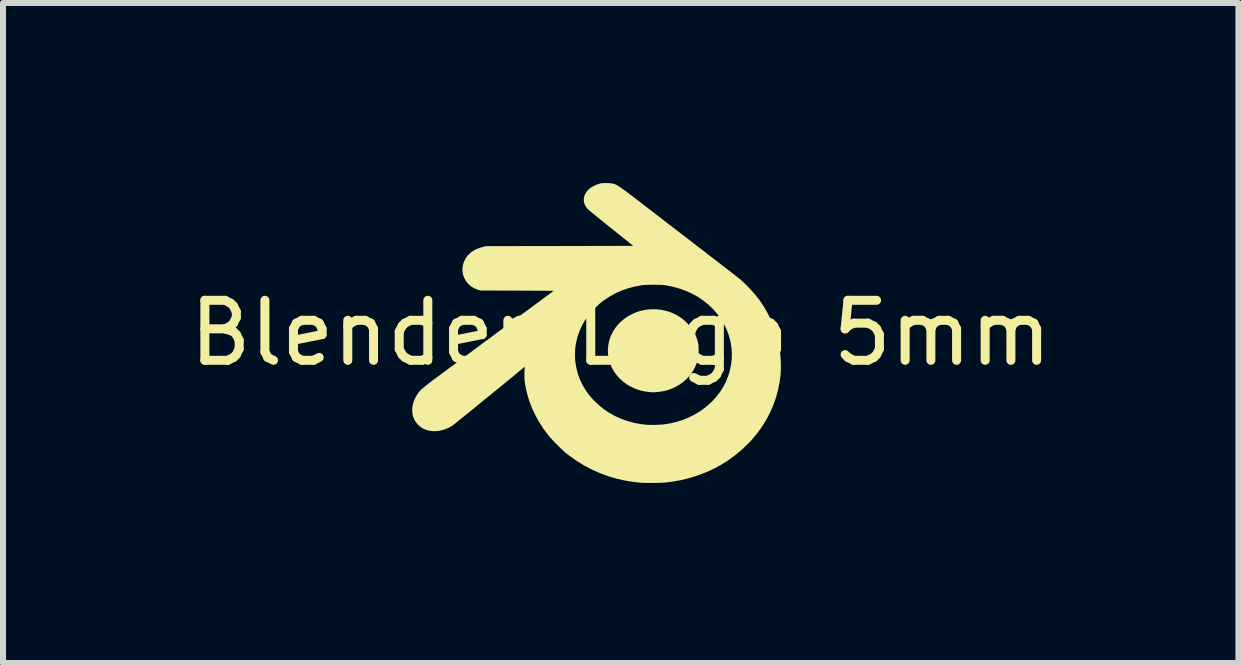
<source format=kicad_pcb>
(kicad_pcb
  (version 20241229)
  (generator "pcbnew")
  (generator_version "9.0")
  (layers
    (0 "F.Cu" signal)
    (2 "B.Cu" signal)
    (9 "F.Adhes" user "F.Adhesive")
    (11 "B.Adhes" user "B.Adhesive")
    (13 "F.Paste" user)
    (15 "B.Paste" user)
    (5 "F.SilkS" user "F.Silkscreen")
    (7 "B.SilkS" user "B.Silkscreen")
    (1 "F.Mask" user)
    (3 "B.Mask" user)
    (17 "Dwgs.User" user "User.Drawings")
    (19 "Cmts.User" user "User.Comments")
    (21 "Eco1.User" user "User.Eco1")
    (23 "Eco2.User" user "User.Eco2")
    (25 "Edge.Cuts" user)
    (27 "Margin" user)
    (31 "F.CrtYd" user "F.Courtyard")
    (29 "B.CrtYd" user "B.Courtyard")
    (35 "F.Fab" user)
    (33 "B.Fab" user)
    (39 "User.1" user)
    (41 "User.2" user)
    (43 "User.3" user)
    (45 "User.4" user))
  (footprint "Blender Logo 5mm"
    (layer "F.Cu")
    (at 7.292 2.498)
    (property "Reference" "Blender Logo 5mm" (at 0 0 180) (layer "F.SilkS") (effects (font (size 1 1) (thickness 0.15))))
    (attr board_only exclude_from_pos_files exclude_from_bom)
    (fp_poly (pts (xy 0.594 -0.395) (xy 0.679 -0.386) (xy 0.762 -0.367) (xy 0.802 -0.355) (xy 0.879 -0.325) (xy 0.95 -0.289) (xy 1.016 -0.245) (xy 1.078 -0.193) (xy 1.101 -0.17) (xy 1.156 -0.11) (xy 1.202 -0.046) (xy 1.239 0.021) (xy 1.268 0.092) (xy 1.289 0.167) (xy 1.289 0.168) (xy 1.293 0.193) (xy 1.296 0.225) (xy 1.297 0.261) (xy 1.298 0.299) (xy 1.298 0.337) (xy 1.296 0.371) (xy 1.293 0.4) (xy 1.291 0.41) (xy 1.271 0.486) (xy 1.243 0.559) (xy 1.207 0.628) (xy 1.163 0.692) (xy 1.111 0.751) (xy 1.054 0.805) (xy 0.99 0.853) (xy 0.921 0.894) (xy 0.847 0.928) (xy 0.769 0.955) (xy 0.71 0.969) (xy 0.687 0.973) (xy 0.66 0.977) (xy 0.63 0.981) (xy 0.6 0.984) (xy 0.572 0.986) (xy 0.549 0.988) (xy 0.533 0.988) (xy 0.532 0.988) (xy 0.52 0.987) (xy 0.504 0.986) (xy 0.497 0.985) (xy 0.411 0.976) (xy 0.33 0.958) (xy 0.252 0.933) (xy 0.175 0.898) (xy 0.173 0.897) (xy 0.102 0.856) (xy 0.037 0.808) (xy -0.021 0.756) (xy -0.071 0.698) (xy -0.115 0.637) (xy -0.151 0.572) (xy -0.179 0.503) (xy -0.199 0.433) (xy -0.211 0.36) (xy -0.215 0.287) (xy -0.209 0.213) (xy -0.195 0.139) (xy -0.172 0.065) (xy -0.166 0.05) (xy -0.132 -0.019) (xy -0.091 -0.084) (xy -0.042 -0.145) (xy -0.012 -0.175) (xy 0.05 -0.23) (xy 0.117 -0.277) (xy 0.19 -0.317) (xy 0.266 -0.349) (xy 0.345 -0.373) (xy 0.427 -0.389) (xy 0.51 -0.396)) (stroke (width 0) (type solid)) (fill yes) (layer "F.SilkS"))
    (fp_poly (pts (xy -0.223 -2.498) (xy -0.187 -2.496) (xy -0.155 -2.493) (xy -0.132 -2.488) (xy -0.12 -2.485) (xy -0.108 -2.482) (xy -0.097 -2.478) (xy -0.085 -2.473) (xy -0.072 -2.467) (xy -0.058 -2.46) (xy -0.042 -2.451) (xy -0.024 -2.439) (xy -0.003 -2.425) (xy 0.021 -2.408) (xy 0.048 -2.388) (xy 0.08 -2.365) (xy 0.117 -2.337) (xy 0.158 -2.306) (xy 0.206 -2.27) (xy 0.259 -2.229) (xy 0.319 -2.183) (xy 0.386 -2.131) (xy 0.397 -2.123) (xy 0.453 -2.08) (xy 0.515 -2.033) (xy 0.582 -1.981) (xy 0.655 -1.925) (xy 0.731 -1.866) (xy 0.81 -1.805) (xy 0.892 -1.742) (xy 0.974 -1.679) (xy 1.057 -1.616) (xy 1.139 -1.553) (xy 1.219 -1.491) (xy 1.296 -1.431) (xy 1.37 -1.375) (xy 1.436 -1.324) (xy 1.501 -1.274) (xy 1.563 -1.226) (xy 1.624 -1.179) (xy 1.681 -1.135) (xy 1.735 -1.093) (xy 1.786 -1.054) (xy 1.832 -1.018) (xy 1.873 -0.986) (xy 1.909 -0.958) (xy 1.939 -0.934) (xy 1.963 -0.915) (xy 1.981 -0.901) (xy 1.991 -0.893) (xy 1.991 -0.893) (xy 2.05 -0.84) (xy 2.11 -0.781) (xy 2.17 -0.717) (xy 2.228 -0.652) (xy 2.281 -0.587) (xy 2.326 -0.528) (xy 2.392 -0.427) (xy 2.453 -0.32) (xy 2.507 -0.209) (xy 2.554 -0.096) (xy 2.593 0.02) (xy 2.624 0.135) (xy 2.637 0.197) (xy 2.647 0.263) (xy 2.656 0.333) (xy 2.662 0.406) (xy 2.666 0.479) (xy 2.668 0.55) (xy 2.667 0.617) (xy 2.664 0.677) (xy 2.664 0.681) (xy 2.647 0.816) (xy 2.621 0.948) (xy 2.586 1.076) (xy 2.542 1.201) (xy 2.489 1.323) (xy 2.427 1.441) (xy 2.357 1.554) (xy 2.278 1.664) (xy 2.191 1.77) (xy 2.123 1.842) (xy 2.02 1.941) (xy 1.912 2.032) (xy 1.797 2.116) (xy 1.678 2.192) (xy 1.553 2.26) (xy 1.423 2.319) (xy 1.289 2.371) (xy 1.15 2.415) (xy 1.008 2.45) (xy 0.861 2.476) (xy 0.789 2.486) (xy 0.76 2.489) (xy 0.732 2.492) (xy 0.703 2.494) (xy 0.671 2.495) (xy 0.635 2.497) (xy 0.593 2.497) (xy 0.542 2.498) (xy 0.542 2.498) (xy 0.501 2.498) (xy 0.461 2.498) (xy 0.424 2.498) (xy 0.391 2.497) (xy 0.363 2.497) (xy 0.343 2.496) (xy 0.336 2.495) (xy 0.228 2.483) (xy 0.127 2.469) (xy 0.03 2.45) (xy -0.064 2.428) (xy -0.158 2.401) (xy -0.204 2.387) (xy -0.341 2.337) (xy -0.473 2.279) (xy -0.602 2.212) (xy -0.726 2.136) (xy -0.846 2.052) (xy -0.899 2.012) (xy -0.93 1.986) (xy -0.965 1.954) (xy -1.004 1.918) (xy -1.044 1.879) (xy -1.084 1.839) (xy -1.122 1.799) (xy -1.157 1.761) (xy -1.188 1.726) (xy -1.207 1.704) (xy -1.289 1.593) (xy -1.362 1.48) (xy -1.426 1.364) (xy -1.481 1.246) (xy -1.527 1.125) (xy -1.563 1.001) (xy -1.59 0.875) (xy -1.597 0.835) (xy -1.601 0.799) (xy -1.604 0.756) (xy -1.605 0.71) (xy -1.605 0.664) (xy -1.603 0.621) (xy -1.602 0.601) (xy -1.598 0.56) (xy -1.635 0.591) (xy -1.673 0.622) (xy -1.715 0.657) (xy -1.761 0.695) (xy -1.81 0.736) (xy -1.863 0.779) (xy -1.918 0.824) (xy -1.975 0.871) (xy -2.034 0.919) (xy -2.094 0.967) (xy -2.154 1.017) (xy -2.214 1.066) (xy -2.275 1.115) (xy -2.334 1.163) (xy -2.392 1.21) (xy -2.448 1.256) (xy -2.502 1.3) (xy -2.553 1.341) (xy -2.601 1.38) (xy -2.645 1.415) (xy -2.685 1.448) (xy -2.72 1.476) (xy -2.75 1.5) (xy -2.774 1.519) (xy -2.792 1.533) (xy -2.804 1.542) (xy -2.807 1.545) (xy -2.865 1.578) (xy -2.927 1.604) (xy -2.989 1.622) (xy -3.053 1.633) (xy -3.115 1.636) (xy -3.176 1.63) (xy -3.233 1.617) (xy -3.24 1.615) (xy -3.285 1.596) (xy -3.326 1.572) (xy -3.363 1.541) (xy -3.376 1.529) (xy -3.413 1.486) (xy -3.441 1.439) (xy -3.461 1.388) (xy -3.472 1.334) (xy -3.475 1.278) (xy -3.47 1.22) (xy -3.456 1.162) (xy -3.434 1.103) (xy -3.403 1.044) (xy -3.392 1.027) (xy -3.383 1.013) (xy -3.374 0.999) (xy -3.364 0.986) (xy -3.353 0.973) (xy -3.341 0.96) (xy -3.327 0.945) (xy -3.31 0.93) (xy -3.29 0.913) (xy -3.268 0.894) (xy -3.241 0.872) (xy -3.21 0.848) (xy -3.174 0.82) (xy -3.133 0.789) (xy -3.086 0.754) (xy -3.032 0.714) (xy -2.972 0.67) (xy -2.905 0.62) (xy -2.903 0.619) (xy -2.859 0.586) (xy -2.807 0.548) (xy -2.749 0.505) (xy -2.686 0.458) (xy -2.617 0.407) (xy -2.6 0.395) (xy -0.762 0.395) (xy -0.76 0.445) (xy -0.756 0.485) (xy -0.738 0.588) (xy -0.712 0.686) (xy -0.678 0.78) (xy -0.635 0.869) (xy -0.583 0.955) (xy -0.523 1.038) (xy -0.453 1.118) (xy -0.442 1.129) (xy -0.361 1.205) (xy -0.275 1.274) (xy -0.184 1.335) (xy -0.088 1.387) (xy 0.013 1.432) (xy 0.117 1.469) (xy 0.225 1.498) (xy 0.335 1.518) (xy 0.449 1.53) (xy 0.564 1.532) (xy 0.681 1.526) (xy 0.708 1.524) (xy 0.818 1.507) (xy 0.925 1.482) (xy 1.03 1.449) (xy 1.131 1.408) (xy 1.228 1.36) (xy 1.321 1.304) (xy 1.407 1.241) (xy 1.488 1.172) (xy 1.562 1.097) (xy 1.595 1.058) (xy 1.655 0.98) (xy 1.705 0.902) (xy 1.748 0.821) (xy 1.783 0.737) (xy 1.812 0.648) (xy 1.816 0.631) (xy 1.837 0.533) (xy 1.849 0.434) (xy 1.851 0.336) (xy 1.844 0.237) (xy 1.828 0.14) (xy 1.802 0.045) (xy 1.768 -0.049) (xy 1.725 -0.139) (xy 1.673 -0.227) (xy 1.673 -0.228) (xy 1.609 -0.316) (xy 1.539 -0.397) (xy 1.462 -0.471) (xy 1.378 -0.539) (xy 1.289 -0.6) (xy 1.193 -0.653) (xy 1.092 -0.699) (xy 0.986 -0.738) (xy 0.875 -0.769) (xy 0.759 -0.793) (xy 0.727 -0.798) (xy 0.706 -0.8) (xy 0.678 -0.801) (xy 0.644 -0.803) (xy 0.605 -0.803) (xy 0.564 -0.804) (xy 0.521 -0.804) (xy 0.48 -0.803) (xy 0.442 -0.802) (xy 0.408 -0.801) (xy 0.38 -0.8) (xy 0.362 -0.798) (xy 0.244 -0.776) (xy 0.132 -0.748) (xy 0.024 -0.711) (xy -0.078 -0.666) (xy -0.176 -0.613) (xy -0.27 -0.552) (xy -0.302 -0.529) (xy -0.332 -0.506) (xy -0.364 -0.477) (xy -0.399 -0.445) (xy -0.434 -0.41) (xy -0.468 -0.376) (xy -0.499 -0.342) (xy -0.524 -0.312) (xy -0.536 -0.297) (xy -0.595 -0.213) (xy -0.644 -0.127) (xy -0.684 -0.039) (xy -0.717 0.052) (xy -0.741 0.148) (xy -0.749 0.19) (xy -0.756 0.235) (xy -0.76 0.286) (xy -0.762 0.341) (xy -0.762 0.395) (xy -2.6 0.395) (xy -2.544 0.353) (xy -2.468 0.297) (xy -2.389 0.238) (xy -2.308 0.178) (xy -2.225 0.117) (xy -2.141 0.055) (xy -2.058 -0.007) (xy -1.975 -0.068) (xy -1.893 -0.129) (xy -1.827 -0.178) (xy -1.117 -0.703) (xy -1.728 -0.706) (xy -2.34 -0.708) (xy -2.375 -0.719) (xy -2.414 -0.733) (xy -2.452 -0.752) (xy -2.487 -0.773) (xy -2.509 -0.789) (xy -2.549 -0.828) (xy -2.583 -0.871) (xy -2.609 -0.919) (xy -2.627 -0.97) (xy -2.637 -1.023) (xy -2.638 -1.076) (xy -2.631 -1.128) (xy -2.63 -1.13) (xy -2.612 -1.189) (xy -2.585 -1.242) (xy -2.551 -1.29) (xy -2.509 -1.332) (xy -2.46 -1.368) (xy -2.404 -1.398) (xy -2.34 -1.422) (xy -2.291 -1.436) (xy -2.244 -1.447) (xy -1.018 -1.449) (xy 0.207 -1.452) (xy 0.031 -1.593) (xy -0.012 -1.628) (xy -0.06 -1.666) (xy -0.112 -1.708) (xy -0.166 -1.751) (xy -0.22 -1.794) (xy -0.271 -1.836) (xy -0.319 -1.874) (xy -0.335 -1.887) (xy -0.374 -1.918) (xy -0.41 -1.948) (xy -0.445 -1.976) (xy -0.476 -2.002) (xy -0.503 -2.024) (xy -0.525 -2.043) (xy -0.542 -2.058) (xy -0.552 -2.067) (xy -0.553 -2.068) (xy -0.582 -2.105) (xy -0.602 -2.145) (xy -0.614 -2.187) (xy -0.616 -2.23) (xy -0.609 -2.274) (xy -0.593 -2.316) (xy -0.568 -2.356) (xy -0.535 -2.393) (xy -0.494 -2.425) (xy -0.446 -2.453) (xy -0.391 -2.476) (xy -0.35 -2.489) (xy -0.326 -2.494) (xy -0.295 -2.497) (xy -0.26 -2.498)) (stroke (width 0) (type solid)) (fill yes) (layer "F.SilkS")))
  (gr_rect
    (start -3 -3)
    (end 17.583 7.996)
    (stroke (width 0.1) (type default))
    (fill no)
    (layer "Edge.Cuts")))
</source>
